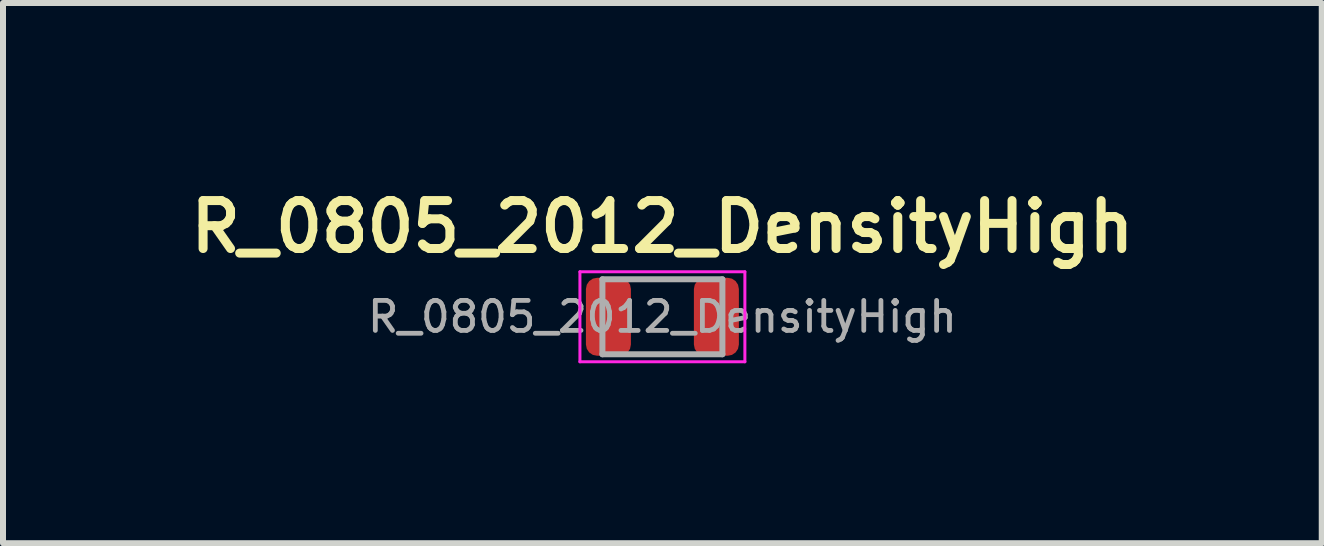
<source format=kicad_pcb>
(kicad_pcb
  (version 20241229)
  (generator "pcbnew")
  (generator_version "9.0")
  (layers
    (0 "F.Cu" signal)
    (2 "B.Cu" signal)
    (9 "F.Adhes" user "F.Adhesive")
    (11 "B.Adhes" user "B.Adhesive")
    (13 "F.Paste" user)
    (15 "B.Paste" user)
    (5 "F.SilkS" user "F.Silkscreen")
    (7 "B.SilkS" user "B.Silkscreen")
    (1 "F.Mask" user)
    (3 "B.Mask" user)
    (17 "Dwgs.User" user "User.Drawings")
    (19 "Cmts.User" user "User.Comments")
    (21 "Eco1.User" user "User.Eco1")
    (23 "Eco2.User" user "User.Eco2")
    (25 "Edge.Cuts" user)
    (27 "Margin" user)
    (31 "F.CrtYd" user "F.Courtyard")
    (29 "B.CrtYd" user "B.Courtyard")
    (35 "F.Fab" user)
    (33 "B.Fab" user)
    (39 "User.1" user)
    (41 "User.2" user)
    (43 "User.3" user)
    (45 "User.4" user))
  (footprint "R_0805_2012_DensityHigh"
    (layer "F.Cu")
    (at 7.993 2.231)
    (property "Reference" "R_0805_2012_DensityHigh" (at 0 -1.5 0) (layer "F.SilkS") (effects (font (size 0.8 0.8) (thickness 0.15))))
    (attr smd)
    (fp_line (start -1.375 -0.75) (end 1.375 -0.75) (stroke (width 0.05) (type solid)) (layer "F.CrtYd"))
    (fp_line (start -1.375 0.75) (end -1.375 -0.75) (stroke (width 0.05) (type solid)) (layer "F.CrtYd"))
    (fp_line (start 1.375 -0.75) (end 1.375 0.75) (stroke (width 0.05) (type solid)) (layer "F.CrtYd"))
    (fp_line (start 1.375 0.75) (end -1.375 0.75) (stroke (width 0.05) (type solid)) (layer "F.CrtYd"))
    (fp_line (start -1 -0.625) (end 1 -0.625) (stroke (width 0.1) (type solid)) (layer "F.Fab"))
    (fp_line (start -1 0.625) (end -1 -0.625) (stroke (width 0.1) (type solid)) (layer "F.Fab"))
    (fp_line (start 1 -0.625) (end 1 0.625) (stroke (width 0.1) (type solid)) (layer "F.Fab"))
    (fp_line (start 1 0.625) (end -1 0.625) (stroke (width 0.1) (type solid)) (layer "F.Fab"))
    (fp_text user "${REFERENCE}" (at 0 0 0) (layer "F.Fab") (effects (font (size 0.5 0.5) (thickness 0.08))))
    (pad "1" smd roundrect (at -0.9 0) (size 0.75 1.3) (layers "F.Cu" "F.Mask" "F.Paste") (roundrect_rratio 0.25))
    (pad "2" smd roundrect (at 0.9 0) (size 0.75 1.3) (layers "F.Cu" "F.Mask" "F.Paste") (roundrect_rratio 0.25)))
  (gr_rect
    (start -3 -3)
    (end 18.985 6.006)
    (stroke (width 0.1) (type default))
    (fill no)
    (layer "Edge.Cuts")))
</source>
